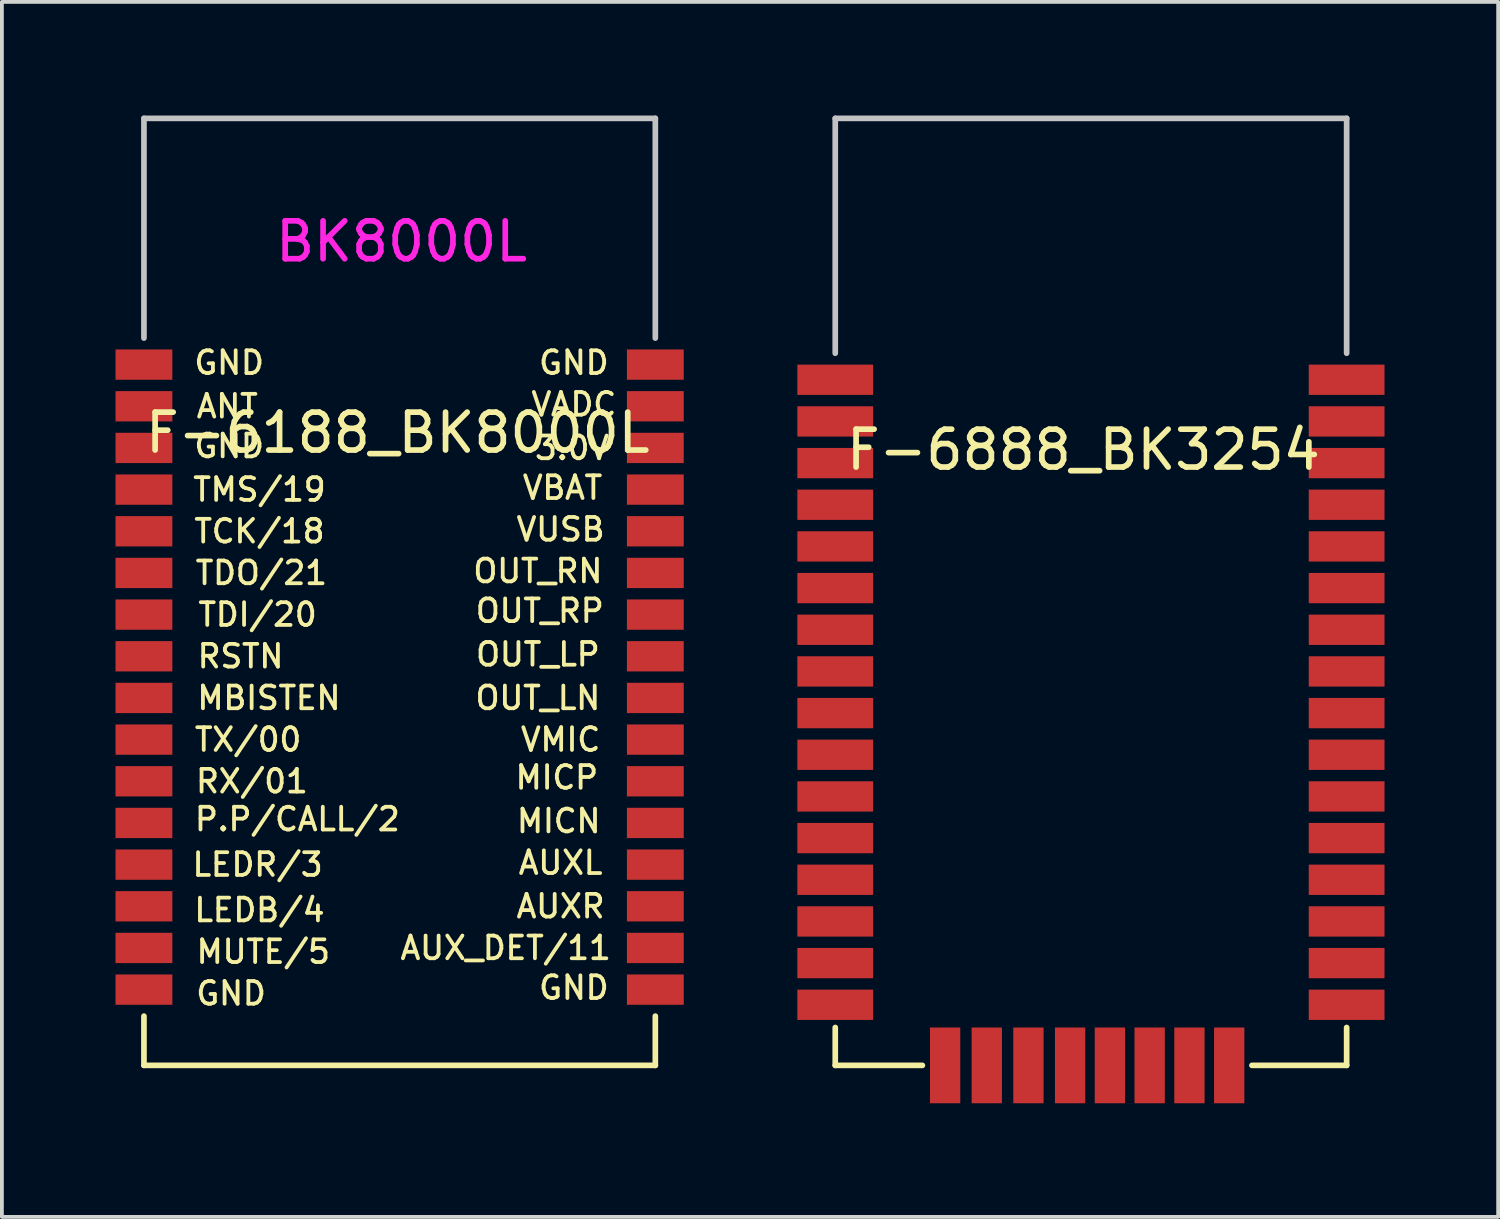
<source format=kicad_pcb>
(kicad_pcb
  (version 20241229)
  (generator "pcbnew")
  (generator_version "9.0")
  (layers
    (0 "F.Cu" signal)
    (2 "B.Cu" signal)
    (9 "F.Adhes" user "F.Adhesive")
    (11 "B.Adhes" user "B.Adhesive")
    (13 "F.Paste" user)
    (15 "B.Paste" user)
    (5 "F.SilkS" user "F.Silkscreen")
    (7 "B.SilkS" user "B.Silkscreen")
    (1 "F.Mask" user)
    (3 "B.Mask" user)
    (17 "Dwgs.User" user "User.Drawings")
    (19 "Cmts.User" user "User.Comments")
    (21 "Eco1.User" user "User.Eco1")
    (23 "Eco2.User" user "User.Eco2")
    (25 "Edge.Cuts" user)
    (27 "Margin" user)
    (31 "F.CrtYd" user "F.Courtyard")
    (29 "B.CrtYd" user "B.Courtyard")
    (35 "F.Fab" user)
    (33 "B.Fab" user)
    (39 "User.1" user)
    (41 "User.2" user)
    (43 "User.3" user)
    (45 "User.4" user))
  (footprint "F-6188_BK8000L"
    (layer "F.Cu")
    (at 7.55 14.325)
    (property "Reference" "F-6188_BK8000L" (at -0.1 -5.95 0) (layer "F.SilkS") (effects (font (size 1 1) (thickness 0.15))))
    (attr smd)
    (fp_line (start -6.8 9.45) (end -6.8 10.75) (stroke (width 0.15) (type solid)) (layer "F.SilkS"))
    (fp_line (start -6.8 10.75) (end 6.7 10.75) (stroke (width 0.15) (type solid)) (layer "F.SilkS"))
    (fp_line (start 6.7 10.75) (end 6.7 9.45) (stroke (width 0.15) (type solid)) (layer "F.SilkS"))
    (fp_line (start -6.8 -14.25) (end 6.7 -14.25) (stroke (width 0.15) (type solid)) (layer "Dwgs.User"))
    (fp_line (start -6.8 -8.45) (end -6.8 -14.25) (stroke (width 0.15) (type solid)) (layer "Dwgs.User"))
    (fp_line (start 6.7 -14.25) (end 6.7 -8.45) (stroke (width 0.15) (type solid)) (layer "Dwgs.User"))
    (fp_text user "P.P/CALL/2" (at -2.75 4.25 0) (layer "F.SilkS") (effects (font (size 0.6 0.6) (thickness 0.1))))
    (fp_text user "MBISTEN" (at -3.5 1.05 0) (layer "F.SilkS") (effects (font (size 0.6 0.6) (thickness 0.1))))
    (fp_text user "AUX_DET/11" (at 2.75 7.65 0) (layer "F.SilkS") (effects (font (size 0.6 0.6) (thickness 0.1))))
    (fp_text user "OUT_LN" (at 3.6 1.05 0) (layer "F.SilkS") (effects (font (size 0.6 0.6) (thickness 0.1))))
    (fp_text user "TDO/21" (at -3.7 -2.25 0) (layer "F.SilkS") (effects (font (size 0.6 0.6) (thickness 0.1))))
    (fp_text user "GND" (at -4.55 -7.8 0) (layer "F.SilkS") (effects (font (size 0.6 0.6) (thickness 0.1))))
    (fp_text user "MICN" (at 4.15 4.3 0) (layer "F.SilkS") (effects (font (size 0.6 0.6) (thickness 0.1))))
    (fp_text user "VMIC" (at 4.2 2.15 0) (layer "F.SilkS") (effects (font (size 0.6 0.6) (thickness 0.1))))
    (fp_text user "VADC" (at 4.55 -6.7 0) (layer "F.SilkS") (effects (font (size 0.6 0.6) (thickness 0.1))))
    (fp_text user "GND" (at 4.55 -7.8 0) (layer "F.SilkS") (effects (font (size 0.6 0.6) (thickness 0.1))))
    (fp_text user "TDI/20" (at -3.8 -1.15 0) (layer "F.SilkS") (effects (font (size 0.6 0.6) (thickness 0.1))))
    (fp_text user "TMS/19" (at -3.75 -4.45 0) (layer "F.SilkS") (effects (font (size 0.6 0.6) (thickness 0.1))))
    (fp_text user "GND" (at -4.5 8.85 0) (layer "F.SilkS") (effects (font (size 0.6 0.6) (thickness 0.1))))
    (fp_text user "AUXR" (at 4.2 6.55 0) (layer "F.SilkS") (effects (font (size 0.6 0.6) (thickness 0.1))))
    (fp_text user "VUSB" (at 4.2 -3.4 0) (layer "F.SilkS") (effects (font (size 0.6 0.6) (thickness 0.1))))
    (fp_text user "LEDB/4" (at -3.75 6.65 0) (layer "F.SilkS") (effects (font (size 0.6 0.6) (thickness 0.1))))
    (fp_text user "3.0V" (at 4.5 -5.55 0) (layer "F.SilkS") (effects (font (size 0.6 0.6) (thickness 0.1))))
    (fp_text user "OUT_LP" (at 3.6 -0.1 0) (layer "F.SilkS") (effects (font (size 0.6 0.6) (thickness 0.1))))
    (fp_text user "RSTN" (at -4.25 -0.05 0) (layer "F.SilkS") (effects (font (size 0.6 0.6) (thickness 0.1))))
    (fp_text user "AUXL" (at 4.2 5.4 0) (layer "F.SilkS") (effects (font (size 0.6 0.6) (thickness 0.1))))
    (fp_text user "LEDR/3" (at -3.8 5.45 0) (layer "F.SilkS") (effects (font (size 0.6 0.6) (thickness 0.1))))
    (fp_text user "TX/00" (at -4.05 2.15 0) (layer "F.SilkS") (effects (font (size 0.6 0.6) (thickness 0.1))))
    (fp_text user "VBAT" (at 4.25 -4.5 0) (layer "F.SilkS") (effects (font (size 0.6 0.6) (thickness 0.1))))
    (fp_text user "GND" (at 4.55 8.7 0) (layer "F.SilkS") (effects (font (size 0.6 0.6) (thickness 0.1))))
    (fp_text user "MICP" (at 4.1 3.15 0) (layer "F.SilkS") (effects (font (size 0.6 0.6) (thickness 0.1))))
    (fp_text user "MUTE/5" (at -3.65 7.75 0) (layer "F.SilkS") (effects (font (size 0.6 0.6) (thickness 0.1))))
    (fp_text user "RX/01" (at -3.95 3.25 0) (layer "F.SilkS") (effects (font (size 0.6 0.6) (thickness 0.1))))
    (fp_text user "GND" (at -4.55 -5.6 0) (layer "F.SilkS") (effects (font (size 0.6 0.6) (thickness 0.1))))
    (fp_text user "TCK/18" (at -3.75 -3.35 0) (layer "F.SilkS") (effects (font (size 0.6 0.6) (thickness 0.1))))
    (fp_text user "OUT_RP" (at 3.65 -1.25 0) (layer "F.SilkS") (effects (font (size 0.6 0.6) (thickness 0.1))))
    (fp_text user "ANT" (at -4.6 -6.65 0) (layer "F.SilkS") (effects (font (size 0.6 0.6) (thickness 0.1))))
    (fp_text user "OUT_RN" (at 3.6 -2.3 0) (layer "F.SilkS") (effects (font (size 0.6 0.6) (thickness 0.1))))
    (fp_text user "BK8000L" (at 0 -11 0) (layer "F.CrtYd") (effects (font (size 1 1) (thickness 0.15))))
    (pad "1" smd rect (at -6.8 -7.75) (size 1.5 0.8) (layers "F.Cu" "F.Mask" "F.Paste"))
    (pad "2" smd rect (at -6.8 -6.65) (size 1.5 0.8) (layers "F.Cu" "F.Mask" "F.Paste"))
    (pad "3" smd rect (at -6.8 -5.55) (size 1.5 0.8) (layers "F.Cu" "F.Mask" "F.Paste"))
    (pad "4" smd rect (at -6.8 -4.45) (size 1.5 0.8) (layers "F.Cu" "F.Mask" "F.Paste"))
    (pad "5" smd rect (at -6.8 -3.35) (size 1.5 0.8) (layers "F.Cu" "F.Mask" "F.Paste"))
    (pad "6" smd rect (at -6.8 -2.25) (size 1.5 0.8) (layers "F.Cu" "F.Mask" "F.Paste"))
    (pad "7" smd rect (at -6.8 -1.15) (size 1.5 0.8) (layers "F.Cu" "F.Mask" "F.Paste"))
    (pad "8" smd rect (at -6.8 -0.05) (size 1.5 0.8) (layers "F.Cu" "F.Mask" "F.Paste"))
    (pad "9" smd rect (at -6.8 1.05) (size 1.5 0.8) (layers "F.Cu" "F.Mask" "F.Paste"))
    (pad "10" smd rect (at -6.8 2.15) (size 1.5 0.8) (layers "F.Cu" "F.Mask" "F.Paste"))
    (pad "11" smd rect (at -6.8 3.25) (size 1.5 0.8) (layers "F.Cu" "F.Mask" "F.Paste"))
    (pad "12" smd rect (at -6.8 4.35) (size 1.5 0.8) (layers "F.Cu" "F.Mask" "F.Paste"))
    (pad "13" smd rect (at -6.8 5.45) (size 1.5 0.8) (layers "F.Cu" "F.Mask" "F.Paste"))
    (pad "14" smd rect (at -6.8 6.55) (size 1.5 0.8) (layers "F.Cu" "F.Mask" "F.Paste"))
    (pad "15" smd rect (at -6.8 7.65) (size 1.5 0.8) (layers "F.Cu" "F.Mask" "F.Paste"))
    (pad "16" smd rect (at -6.8 8.75) (size 1.5 0.8) (layers "F.Cu" "F.Mask" "F.Paste"))
    (pad "17" smd rect (at 6.7 8.75) (size 1.5 0.8) (layers "F.Cu" "F.Mask" "F.Paste"))
    (pad "18" smd rect (at 6.7 7.65) (size 1.5 0.8) (layers "F.Cu" "F.Mask" "F.Paste"))
    (pad "19" smd rect (at 6.7 6.55) (size 1.5 0.8) (layers "F.Cu" "F.Mask" "F.Paste"))
    (pad "20" smd rect (at 6.7 5.45) (size 1.5 0.8) (layers "F.Cu" "F.Mask" "F.Paste"))
    (pad "21" smd rect (at 6.7 4.35) (size 1.5 0.8) (layers "F.Cu" "F.Mask" "F.Paste"))
    (pad "22" smd rect (at 6.7 3.25) (size 1.5 0.8) (layers "F.Cu" "F.Mask" "F.Paste"))
    (pad "23" smd rect (at 6.7 2.15) (size 1.5 0.8) (layers "F.Cu" "F.Mask" "F.Paste"))
    (pad "24" smd rect (at 6.7 1.05) (size 1.5 0.8) (layers "F.Cu" "F.Mask" "F.Paste"))
    (pad "25" smd rect (at 6.7 -0.05) (size 1.5 0.8) (layers "F.Cu" "F.Mask" "F.Paste"))
    (pad "26" smd rect (at 6.7 -1.15) (size 1.5 0.8) (layers "F.Cu" "F.Mask" "F.Paste"))
    (pad "27" smd rect (at 6.7 -2.25) (size 1.5 0.8) (layers "F.Cu" "F.Mask" "F.Paste"))
    (pad "28" smd rect (at 6.7 -3.35) (size 1.5 0.8) (layers "F.Cu" "F.Mask" "F.Paste"))
    (pad "29" smd rect (at 6.7 -4.45) (size 1.5 0.8) (layers "F.Cu" "F.Mask" "F.Paste"))
    (pad "30" smd rect (at 6.7 -5.55) (size 1.5 0.8) (layers "F.Cu" "F.Mask" "F.Paste"))
    (pad "31" smd rect (at 6.7 -6.65) (size 1.5 0.8) (layers "F.Cu" "F.Mask" "F.Paste"))
    (pad "32" smd rect (at 6.7 -7.75) (size 1.5 0.8) (layers "F.Cu" "F.Mask" "F.Paste")))
  (footprint "F-6888_BK3254"
    (layer "F.Cu")
    (at 19 25.075)
    (property "Reference" "F-6888_BK3254" (at 6.55 -16.25 0) (layer "F.SilkS") (effects (font (size 1 1) (thickness 0.15))))
    (attr smd)
    (fp_line (start 0 0) (end 0 -1) (stroke (width 0.15) (type solid)) (layer "F.SilkS"))
    (fp_line (start 0 0) (end 2.3 0) (stroke (width 0.15) (type solid)) (layer "F.SilkS"))
    (fp_line (start 11 0) (end 13.5 0) (stroke (width 0.15) (type solid)) (layer "F.SilkS"))
    (fp_line (start 13.5 0) (end 13.5 -1) (stroke (width 0.15) (type solid)) (layer "F.SilkS"))
    (fp_line (start 0 -25) (end 0 -18.8) (stroke (width 0.15) (type solid)) (layer "Dwgs.User"))
    (fp_line (start 13.5 -25) (end 0 -25) (stroke (width 0.15) (type solid)) (layer "Dwgs.User"))
    (fp_line (start 13.5 -18.8) (end 13.5 -25) (stroke (width 0.15) (type solid)) (layer "Dwgs.User"))
    (pad "1" smd rect (at 0 -18.1) (size 2 0.8) (layers "F.Cu" "F.Mask" "F.Paste"))
    (pad "2" smd rect (at 0 -17) (size 2 0.8) (layers "F.Cu" "F.Mask" "F.Paste"))
    (pad "3" smd rect (at 0 -15.9) (size 2 0.8) (layers "F.Cu" "F.Mask" "F.Paste"))
    (pad "4" smd rect (at 0 -14.8) (size 2 0.8) (layers "F.Cu" "F.Mask" "F.Paste"))
    (pad "5" smd rect (at 0 -13.7) (size 2 0.8) (layers "F.Cu" "F.Mask" "F.Paste"))
    (pad "6" smd rect (at 0 -12.6) (size 2 0.8) (layers "F.Cu" "F.Mask" "F.Paste"))
    (pad "7" smd rect (at 0 -11.5) (size 2 0.8) (layers "F.Cu" "F.Mask" "F.Paste"))
    (pad "8" smd rect (at 0 -10.4) (size 2 0.8) (layers "F.Cu" "F.Mask" "F.Paste"))
    (pad "9" smd rect (at 0 -9.3) (size 2 0.8) (layers "F.Cu" "F.Mask" "F.Paste"))
    (pad "10" smd rect (at 0 -8.2) (size 2 0.8) (layers "F.Cu" "F.Mask" "F.Paste"))
    (pad "11" smd rect (at 0 -7.1) (size 2 0.8) (layers "F.Cu" "F.Mask" "F.Paste"))
    (pad "12" smd rect (at 0 -6) (size 2 0.8) (layers "F.Cu" "F.Mask" "F.Paste"))
    (pad "13" smd rect (at 0 -4.9) (size 2 0.8) (layers "F.Cu" "F.Mask" "F.Paste"))
    (pad "14" smd rect (at 0 -3.8) (size 2 0.8) (layers "F.Cu" "F.Mask" "F.Paste"))
    (pad "15" smd rect (at 0 -2.7) (size 2 0.8) (layers "F.Cu" "F.Mask" "F.Paste"))
    (pad "16" smd rect (at 0 -1.6) (size 2 0.8) (layers "F.Cu" "F.Mask" "F.Paste"))
    (pad "17" smd rect (at 2.9 0) (size 0.8 2) (layers "F.Cu" "F.Mask" "F.Paste"))
    (pad "18" smd rect (at 4 0) (size 0.8 2) (layers "F.Cu" "F.Mask" "F.Paste"))
    (pad "19" smd rect (at 5.1 0) (size 0.8 2) (layers "F.Cu" "F.Mask" "F.Paste"))
    (pad "20" smd rect (at 6.2 0) (size 0.8 2) (layers "F.Cu" "F.Mask" "F.Paste"))
    (pad "21" smd rect (at 7.25 0) (size 0.8 2) (layers "F.Cu" "F.Mask" "F.Paste"))
    (pad "22" smd rect (at 8.3 0) (size 0.8 2) (layers "F.Cu" "F.Mask" "F.Paste"))
    (pad "23" smd rect (at 9.35 0) (size 0.8 2) (layers "F.Cu" "F.Mask" "F.Paste"))
    (pad "24" smd rect (at 10.4 0) (size 0.8 2) (layers "F.Cu" "F.Mask" "F.Paste"))
    (pad "25" smd rect (at 13.5 -1.6) (size 2 0.8) (layers "F.Cu" "F.Mask" "F.Paste"))
    (pad "26" smd rect (at 13.5 -2.7) (size 2 0.8) (layers "F.Cu" "F.Mask" "F.Paste"))
    (pad "27" smd rect (at 13.5 -3.8) (size 2 0.8) (layers "F.Cu" "F.Mask" "F.Paste"))
    (pad "28" smd rect (at 13.5 -4.9) (size 2 0.8) (layers "F.Cu" "F.Mask" "F.Paste"))
    (pad "29" smd rect (at 13.5 -6) (size 2 0.8) (layers "F.Cu" "F.Mask" "F.Paste"))
    (pad "30" smd rect (at 13.5 -7.1) (size 2 0.8) (layers "F.Cu" "F.Mask" "F.Paste"))
    (pad "31" smd rect (at 13.5 -8.2) (size 2 0.8) (layers "F.Cu" "F.Mask" "F.Paste"))
    (pad "32" smd rect (at 13.5 -9.3) (size 2 0.8) (layers "F.Cu" "F.Mask" "F.Paste"))
    (pad "33" smd rect (at 13.5 -10.4) (size 2 0.8) (layers "F.Cu" "F.Mask" "F.Paste"))
    (pad "34" smd rect (at 13.5 -11.5) (size 2 0.8) (layers "F.Cu" "F.Mask" "F.Paste"))
    (pad "35" smd rect (at 13.5 -12.6) (size 2 0.8) (layers "F.Cu" "F.Mask" "F.Paste"))
    (pad "36" smd rect (at 13.5 -13.7) (size 2 0.8) (layers "F.Cu" "F.Mask" "F.Paste"))
    (pad "37" smd rect (at 13.5 -14.8) (size 2 0.8) (layers "F.Cu" "F.Mask" "F.Paste"))
    (pad "38" smd rect (at 13.5 -15.9) (size 2 0.8) (layers "F.Cu" "F.Mask" "F.Paste"))
    (pad "39" smd rect (at 13.5 -17) (size 2 0.8) (layers "F.Cu" "F.Mask" "F.Paste"))
    (pad "40" smd rect (at 13.5 -18.1) (size 2 0.8) (layers "F.Cu" "F.Mask" "F.Paste")))
  (gr_rect
    (start -3 -3)
    (end 36.5 29.075)
    (stroke (width 0.1) (type default))
    (fill no)
    (layer "Edge.Cuts")))
</source>
